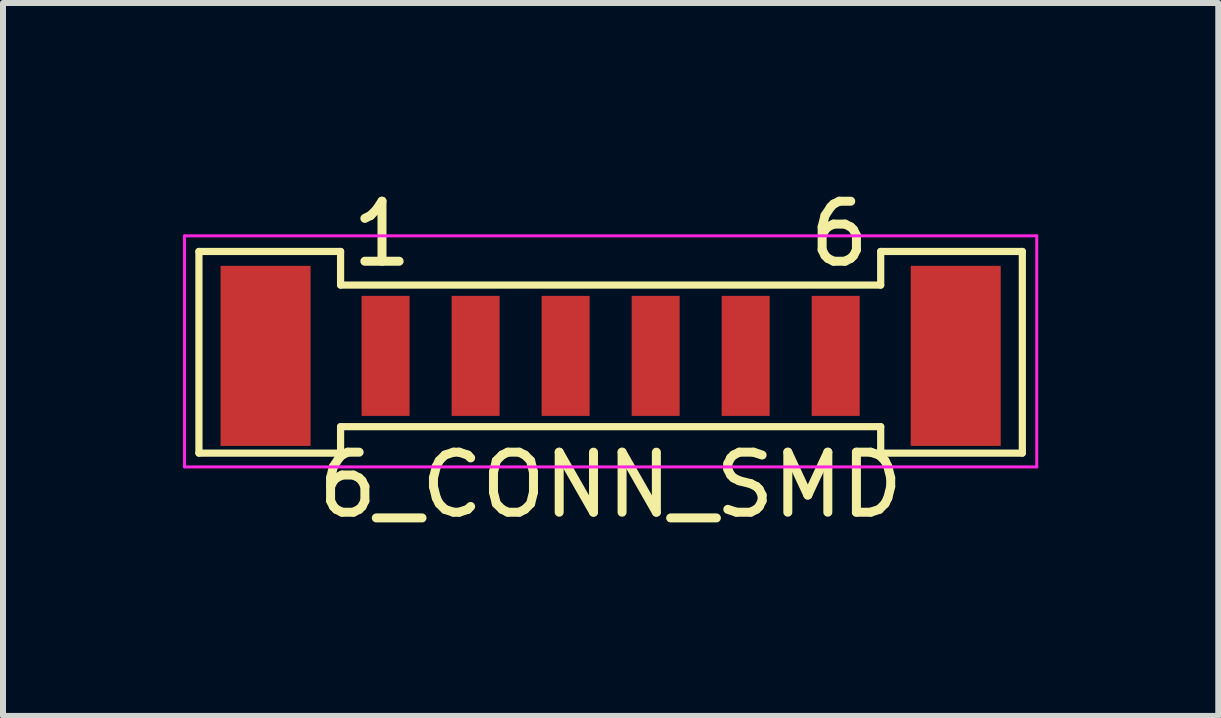
<source format=kicad_pcb>
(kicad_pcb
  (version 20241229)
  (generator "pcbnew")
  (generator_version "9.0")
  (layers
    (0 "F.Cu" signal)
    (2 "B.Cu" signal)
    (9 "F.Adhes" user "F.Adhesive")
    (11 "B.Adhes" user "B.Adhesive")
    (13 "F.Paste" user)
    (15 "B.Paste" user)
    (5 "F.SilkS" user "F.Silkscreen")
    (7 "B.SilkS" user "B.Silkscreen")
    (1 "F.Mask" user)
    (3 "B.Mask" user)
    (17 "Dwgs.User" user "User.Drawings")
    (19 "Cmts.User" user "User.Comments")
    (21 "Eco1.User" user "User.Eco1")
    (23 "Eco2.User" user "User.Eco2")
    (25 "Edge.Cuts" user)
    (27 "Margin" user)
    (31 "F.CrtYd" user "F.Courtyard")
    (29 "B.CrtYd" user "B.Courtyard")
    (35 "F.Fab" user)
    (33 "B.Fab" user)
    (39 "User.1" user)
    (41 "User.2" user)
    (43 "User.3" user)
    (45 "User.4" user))
  (footprint "6_CONN_SMD"
    (layer "F.Cu")
    (at 7.125 2.88)
    (property "Reference" "6_CONN_SMD" (at 0 2.15 0) (layer "F.SilkS") (effects (font (size 1 1) (thickness 0.15))))
    (attr smd)
    (fp_line (start -6.86 -1.74) (end -4.5 -1.74) (stroke (width 0.12) (type solid)) (layer "F.SilkS"))
    (fp_line (start -6.86 1.62) (end -6.86 -1.74) (stroke (width 0.12) (type solid)) (layer "F.SilkS"))
    (fp_line (start -4.5 -1.74) (end -4.5 -1.18) (stroke (width 0.12) (type solid)) (layer "F.SilkS"))
    (fp_line (start -4.5 -1.18) (end 4.5 -1.18) (stroke (width 0.12) (type solid)) (layer "F.SilkS"))
    (fp_line (start -4.5 1.18) (end -4.5 1.62) (stroke (width 0.12) (type solid)) (layer "F.SilkS"))
    (fp_line (start -4.5 1.18) (end 4.5 1.18) (stroke (width 0.12) (type solid)) (layer "F.SilkS"))
    (fp_line (start -4.5 1.62) (end -6.86 1.62) (stroke (width 0.12) (type solid)) (layer "F.SilkS"))
    (fp_line (start 4.5 -1.74) (end 4.5 -1.18) (stroke (width 0.12) (type solid)) (layer "F.SilkS"))
    (fp_line (start 4.5 1.18) (end 4.5 1.62) (stroke (width 0.12) (type solid)) (layer "F.SilkS"))
    (fp_line (start 4.5 1.62) (end 6.86 1.62) (stroke (width 0.12) (type solid)) (layer "F.SilkS"))
    (fp_line (start 6.86 -1.74) (end 4.5 -1.74) (stroke (width 0.12) (type solid)) (layer "F.SilkS"))
    (fp_line (start 6.86 1.62) (end 6.86 -1.74) (stroke (width 0.12) (type solid)) (layer "F.SilkS"))
    (fp_line (start -7.1 -2) (end -7.1 1.85) (stroke (width 0.05) (type solid)) (layer "F.CrtYd"))
    (fp_line (start -7.1 -2) (end 7.1 -2) (stroke (width 0.05) (type solid)) (layer "F.CrtYd"))
    (fp_line (start -7.1 1.85) (end 7.1 1.85) (stroke (width 0.05) (type solid)) (layer "F.CrtYd"))
    (fp_line (start 7.1 -2) (end 7.1 1.85) (stroke (width 0.05) (type solid)) (layer "F.CrtYd"))
    (fp_text user "6" (at 3.81 -2.032 0) (layer "F.SilkS") (effects (font (size 1 1) (thickness 0.15))))
    (fp_text user "1" (at -3.81 -2.032 0) (layer "F.SilkS") (effects (font (size 1 1) (thickness 0.15))))
    (pad "0" smd rect (at -5.75 0) (size 1.5 3) (layers "F.Cu" "F.Mask" "F.Paste"))
    (pad "0" smd rect (at 5.75 0) (size 1.5 3) (layers "F.Cu" "F.Mask" "F.Paste"))
    (pad "1" smd rect (at -3.75 0) (size 0.8 2) (layers "F.Cu" "F.Mask" "F.Paste"))
    (pad "2" smd rect (at -2.25 0) (size 0.8 2) (layers "F.Cu" "F.Mask" "F.Paste"))
    (pad "3" smd rect (at -0.75 0) (size 0.8 2) (layers "F.Cu" "F.Mask" "F.Paste"))
    (pad "4" smd rect (at 0.75 0) (size 0.8 2) (layers "F.Cu" "F.Mask" "F.Paste"))
    (pad "5" smd rect (at 2.25 0) (size 0.8 2) (layers "F.Cu" "F.Mask" "F.Paste"))
    (pad "6" smd rect (at 3.75 0) (size 0.8 2) (layers "F.Cu" "F.Mask" "F.Paste")))
  (gr_rect
    (start -3 -3)
    (end 17.25 8.879)
    (stroke (width 0.1) (type default))
    (fill no)
    (layer "Edge.Cuts")))
</source>
